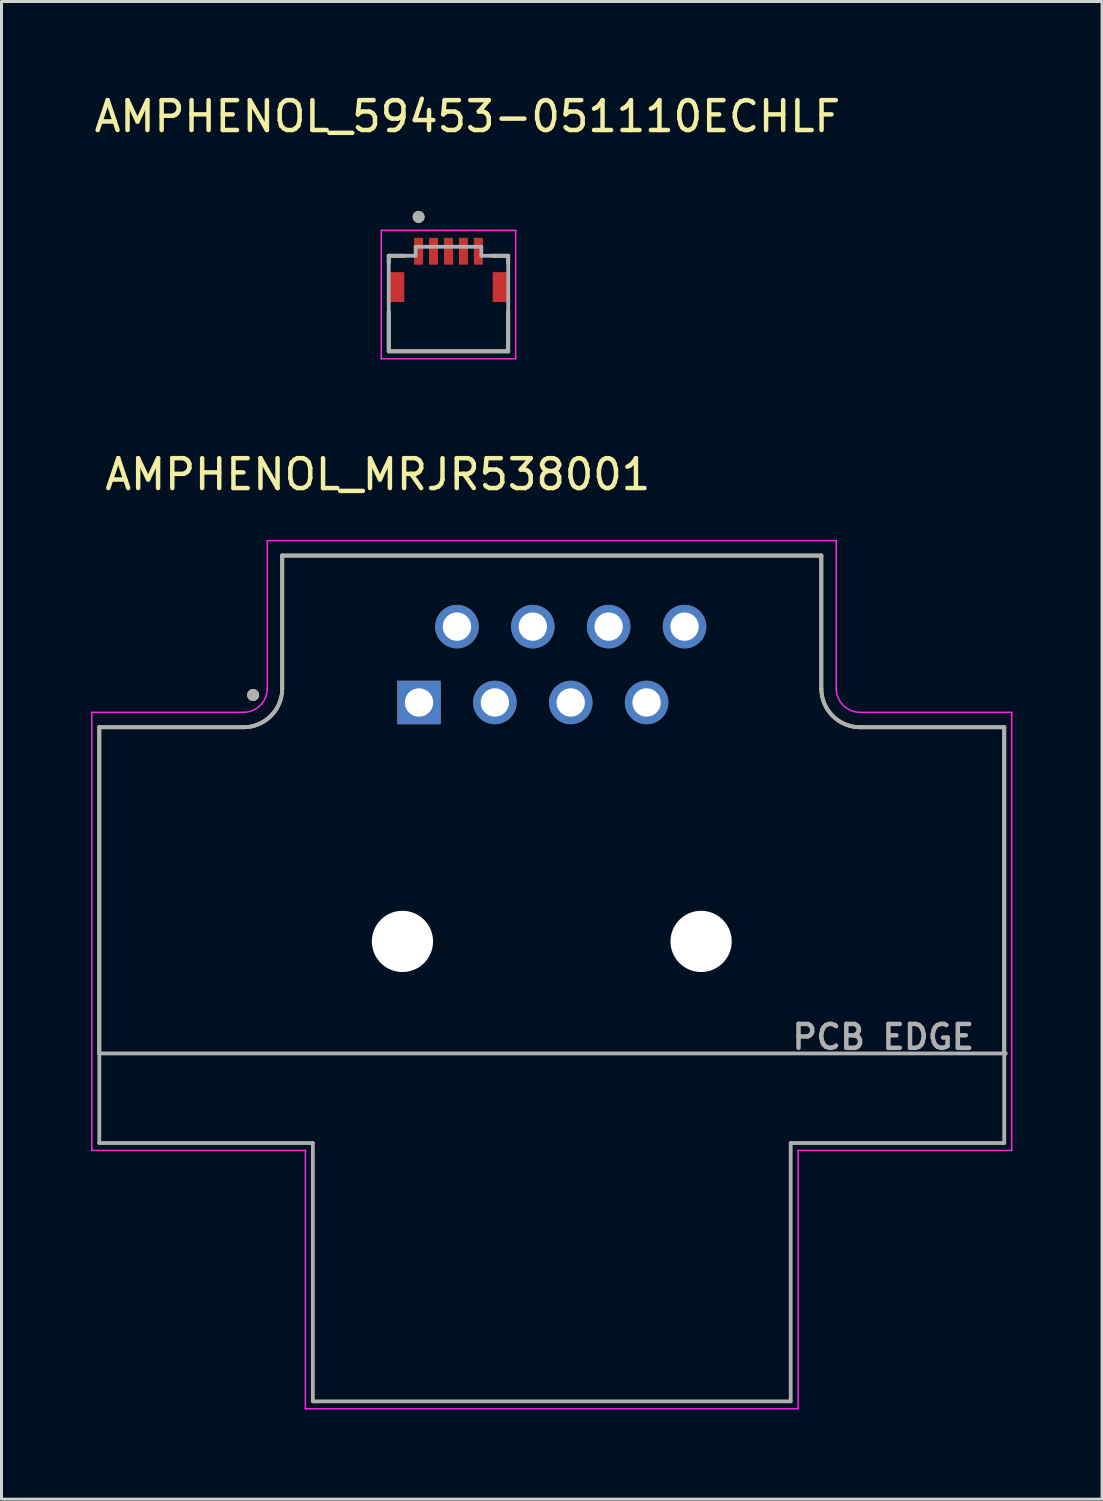
<source format=kicad_pcb>
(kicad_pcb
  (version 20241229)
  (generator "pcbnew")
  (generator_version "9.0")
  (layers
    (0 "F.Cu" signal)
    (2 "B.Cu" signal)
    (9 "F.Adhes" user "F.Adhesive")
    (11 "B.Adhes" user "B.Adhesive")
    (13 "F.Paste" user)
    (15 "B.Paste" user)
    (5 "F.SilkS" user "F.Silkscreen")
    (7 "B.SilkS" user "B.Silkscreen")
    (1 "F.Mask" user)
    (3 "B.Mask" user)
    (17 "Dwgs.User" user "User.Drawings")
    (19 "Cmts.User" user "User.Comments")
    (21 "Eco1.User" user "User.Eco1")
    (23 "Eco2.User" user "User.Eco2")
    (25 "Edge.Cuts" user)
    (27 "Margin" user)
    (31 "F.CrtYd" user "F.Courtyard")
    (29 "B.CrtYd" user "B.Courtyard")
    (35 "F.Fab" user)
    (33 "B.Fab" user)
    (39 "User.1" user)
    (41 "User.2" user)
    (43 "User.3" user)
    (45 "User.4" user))
  (footprint "AMPHENOL_MRJR538001"
    (layer "F.Cu")
    (at 15.425 28.471)
    (property "Reference" "AMPHENOL_MRJR538001" (at -5.825 -15.635 0) (layer "F.SilkS") (effects (font (size 1 1) (thickness 0.15))))
    (attr through_hole)
    (fp_line (start -15.15 -7.17) (end -15.15 3.75) (stroke (width 0.127) (type solid)) (layer "F.SilkS"))
    (fp_line (start -10.325 -7.17) (end -15.15 -7.17) (stroke (width 0.127) (type solid)) (layer "F.SilkS"))
    (fp_line (start -9.025 -12.92) (end -9.025 -8.47) (stroke (width 0.127) (type solid)) (layer "F.SilkS"))
    (fp_line (start -9.025 -12.92) (end 9.025 -12.92) (stroke (width 0.127) (type solid)) (layer "F.SilkS"))
    (fp_line (start 9.025 -12.92) (end 9.025 -8.47) (stroke (width 0.127) (type solid)) (layer "F.SilkS"))
    (fp_line (start 10.325 -7.17) (end 15.15 -7.17) (stroke (width 0.127) (type solid)) (layer "F.SilkS"))
    (fp_line (start 15.15 3.75) (end 15.15 -7.17) (stroke (width 0.127) (type solid)) (layer "F.SilkS"))
    (fp_arc (start -9.025 -8.47) (mid -9.405761 -7.550761) (end -10.325 -7.17) (stroke (width 0.127) (type solid)) (layer "F.SilkS"))
    (fp_arc (start 10.325 -7.17) (mid 9.405761 -7.550761) (end 9.025 -8.47) (stroke (width 0.127) (type solid)) (layer "F.SilkS"))
    (fp_circle (center -10 -8.25) (end -9.9 -8.25) (stroke (width 0.2) (type solid)) (fill no) (layer "F.SilkS"))
    (fp_line (start -15.4 -7.67) (end -15.4 7) (stroke (width 0.05) (type solid)) (layer "F.CrtYd"))
    (fp_line (start -15.4 7) (end -8.25 7) (stroke (width 0.05) (type solid)) (layer "F.CrtYd"))
    (fp_line (start -10.325 -7.67) (end -15.4 -7.67) (stroke (width 0.05) (type solid)) (layer "F.CrtYd"))
    (fp_line (start -9.525 -13.42) (end -9.525 -8.47) (stroke (width 0.05) (type solid)) (layer "F.CrtYd"))
    (fp_line (start -8.25 7) (end -8.25 15.65) (stroke (width 0.05) (type solid)) (layer "F.CrtYd"))
    (fp_line (start -8.25 15.65) (end 8.25 15.65) (stroke (width 0.05) (type solid)) (layer "F.CrtYd"))
    (fp_line (start 8.25 7) (end 15.4 7) (stroke (width 0.05) (type solid)) (layer "F.CrtYd"))
    (fp_line (start 8.25 15.65) (end 8.25 7) (stroke (width 0.05) (type solid)) (layer "F.CrtYd"))
    (fp_line (start 9.525 -13.42) (end -9.525 -13.42) (stroke (width 0.05) (type solid)) (layer "F.CrtYd"))
    (fp_line (start 9.525 -8.47) (end 9.525 -13.42) (stroke (width 0.05) (type solid)) (layer "F.CrtYd"))
    (fp_line (start 15.4 -7.67) (end 10.325 -7.67) (stroke (width 0.05) (type solid)) (layer "F.CrtYd"))
    (fp_line (start 15.4 7) (end 15.4 -7.67) (stroke (width 0.05) (type solid)) (layer "F.CrtYd"))
    (fp_arc (start -9.525 -8.47) (mid -9.759315 -7.904315) (end -10.325 -7.67) (stroke (width 0.05) (type solid)) (layer "F.CrtYd"))
    (fp_arc (start 10.325 -7.67) (mid 9.759315 -7.904315) (end 9.525 -8.47) (stroke (width 0.05) (type solid)) (layer "F.CrtYd"))
    (fp_line (start -15.15 -7.17) (end -15.15 3.75) (stroke (width 0.127) (type solid)) (layer "F.Fab"))
    (fp_line (start -15.15 3.75) (end -15.15 6.75) (stroke (width 0.127) (type solid)) (layer "F.Fab"))
    (fp_line (start -15.15 3.75) (end 15.2 3.75) (stroke (width 0.127) (type solid)) (layer "F.Fab"))
    (fp_line (start -15.15 6.75) (end -8 6.75) (stroke (width 0.127) (type solid)) (layer "F.Fab"))
    (fp_line (start -10.325 -7.17) (end -15.15 -7.17) (stroke (width 0.127) (type solid)) (layer "F.Fab"))
    (fp_line (start -9.025 -12.92) (end -9.025 -8.47) (stroke (width 0.127) (type solid)) (layer "F.Fab"))
    (fp_line (start -8 6.75) (end -8 15.4) (stroke (width 0.127) (type solid)) (layer "F.Fab"))
    (fp_line (start -8 15.4) (end 8 15.4) (stroke (width 0.127) (type solid)) (layer "F.Fab"))
    (fp_line (start 8 6.75) (end 15.15 6.75) (stroke (width 0.127) (type solid)) (layer "F.Fab"))
    (fp_line (start 8 15.4) (end 8 6.75) (stroke (width 0.127) (type solid)) (layer "F.Fab"))
    (fp_line (start 9.025 -12.92) (end -9.025 -12.92) (stroke (width 0.127) (type solid)) (layer "F.Fab"))
    (fp_line (start 9.025 -8.47) (end 9.025 -12.92) (stroke (width 0.127) (type solid)) (layer "F.Fab"))
    (fp_line (start 15.15 -7.17) (end 10.325 -7.17) (stroke (width 0.127) (type solid)) (layer "F.Fab"))
    (fp_line (start 15.15 6.75) (end 15.15 -7.17) (stroke (width 0.127) (type solid)) (layer "F.Fab"))
    (fp_arc (start -9.025 -8.47) (mid -9.405761 -7.550761) (end -10.325 -7.17) (stroke (width 0.127) (type solid)) (layer "F.Fab"))
    (fp_arc (start 10.325 -7.17) (mid 9.405761 -7.550761) (end 9.025 -8.47) (stroke (width 0.127) (type solid)) (layer "F.Fab"))
    (fp_circle (center -10 -8.25) (end -9.9 -8.25) (stroke (width 0.2) (type solid)) (fill no) (layer "F.Fab"))
    (fp_text user "PCB EDGE" (at 11.1 3.2 0) (layer "F.Fab") (effects (font (size 0.8 0.8) (thickness 0.15))))
    (pad "" np_thru_hole circle (at -5 0) (size 2.05 2.05) (drill 2.05) (layers "*.Cu" "*.Mask"))
    (pad "" np_thru_hole circle (at 5 0) (size 2.05 2.05) (drill 2.05) (layers "*.Cu" "*.Mask"))
    (pad "1" thru_hole rect (at -4.445 -8) (size 1.458 1.458) (drill 0.95) (layers "*.Cu" "*.Mask"))
    (pad "2" thru_hole circle (at -3.175 -10.54) (size 1.458 1.458) (drill 0.95) (layers "*.Cu" "*.Mask"))
    (pad "3" thru_hole circle (at -1.905 -8) (size 1.458 1.458) (drill 0.95) (layers "*.Cu" "*.Mask"))
    (pad "4" thru_hole circle (at -0.635 -10.54) (size 1.458 1.458) (drill 0.95) (layers "*.Cu" "*.Mask"))
    (pad "5" thru_hole circle (at 0.635 -8) (size 1.458 1.458) (drill 0.95) (layers "*.Cu" "*.Mask"))
    (pad "6" thru_hole circle (at 1.905 -10.54) (size 1.458 1.458) (drill 0.95) (layers "*.Cu" "*.Mask"))
    (pad "7" thru_hole circle (at 3.175 -8) (size 1.458 1.458) (drill 0.95) (layers "*.Cu" "*.Mask"))
    (pad "8" thru_hole circle (at 4.445 -10.54) (size 1.458 1.458) (drill 0.95) (layers "*.Cu" "*.Mask")))
  (footprint "AMPHENOL_59453-051110ECHLF"
    (layer "F.Cu")
    (at 11.966 6.563)
    (property "Reference" "AMPHENOL_59453-051110ECHLF" (at 0.635 -5.715 0) (layer "F.SilkS") (effects (font (size 1 1) (thickness 0.15))))
    (attr smd)
    (fp_line (start -2 -1.05) (end -1.47 -1.05) (stroke (width 0.127) (type solid)) (layer "F.SilkS"))
    (fp_line (start -2 -0.82) (end -2 -1.05) (stroke (width 0.127) (type solid)) (layer "F.SilkS"))
    (fp_line (start -2 2.15) (end -2 0.82) (stroke (width 0.127) (type solid)) (layer "F.SilkS"))
    (fp_line (start 1.47 -1.05) (end 2 -1.05) (stroke (width 0.127) (type solid)) (layer "F.SilkS"))
    (fp_line (start 2 -1.05) (end 2 -0.82) (stroke (width 0.127) (type solid)) (layer "F.SilkS"))
    (fp_line (start 2 2.15) (end -2 2.15) (stroke (width 0.127) (type solid)) (layer "F.SilkS"))
    (fp_line (start 2 2.15) (end 2 0.82) (stroke (width 0.127) (type solid)) (layer "F.SilkS"))
    (fp_circle (center -1 -2.35) (end -0.9 -2.35) (stroke (width 0.2) (type solid)) (fill no) (layer "F.SilkS"))
    (fp_line (start -2.25 -1.9) (end -2.25 2.4) (stroke (width 0.05) (type solid)) (layer "F.CrtYd"))
    (fp_line (start -2.25 2.4) (end 2.25 2.4) (stroke (width 0.05) (type solid)) (layer "F.CrtYd"))
    (fp_line (start 2.25 -1.9) (end -2.25 -1.9) (stroke (width 0.05) (type solid)) (layer "F.CrtYd"))
    (fp_line (start 2.25 2.4) (end 2.25 -1.9) (stroke (width 0.05) (type solid)) (layer "F.CrtYd"))
    (fp_line (start -2 -1.05) (end -1.1 -1.05) (stroke (width 0.127) (type solid)) (layer "F.Fab"))
    (fp_line (start -2 2.15) (end -2 -1.05) (stroke (width 0.127) (type solid)) (layer "F.Fab"))
    (fp_line (start -1.1 -1.35) (end 1.1 -1.35) (stroke (width 0.127) (type solid)) (layer "F.Fab"))
    (fp_line (start -1.1 -1.05) (end -1.1 -1.35) (stroke (width 0.127) (type solid)) (layer "F.Fab"))
    (fp_line (start 1.1 -1.35) (end 1.1 -1.05) (stroke (width 0.127) (type solid)) (layer "F.Fab"))
    (fp_line (start 1.1 -1.05) (end 2 -1.05) (stroke (width 0.127) (type solid)) (layer "F.Fab"))
    (fp_line (start 2 -1.05) (end 2 2.15) (stroke (width 0.127) (type solid)) (layer "F.Fab"))
    (fp_line (start 2 2.15) (end -2 2.15) (stroke (width 0.127) (type solid)) (layer "F.Fab"))
    (fp_circle (center -1 -2.35) (end -0.9 -2.35) (stroke (width 0.2) (type solid)) (fill no) (layer "F.Fab"))
    (pad "1" smd rect (at -1 -1.2) (size 0.3 0.9) (layers "F.Cu" "F.Mask" "F.Paste"))
    (pad "2" smd rect (at -0.5 -1.2) (size 0.3 0.9) (layers "F.Cu" "F.Mask" "F.Paste"))
    (pad "3" smd rect (at 0 -1.2) (size 0.3 0.9) (layers "F.Cu" "F.Mask" "F.Paste"))
    (pad "4" smd rect (at 0.5 -1.2) (size 0.3 0.9) (layers "F.Cu" "F.Mask" "F.Paste"))
    (pad "5" smd rect (at 1 -1.2) (size 0.3 0.9) (layers "F.Cu" "F.Mask" "F.Paste"))
    (pad "S1" smd rect (at -1.74 0) (size 0.52 1) (layers "F.Cu" "F.Mask" "F.Paste"))
    (pad "S2" smd rect (at 1.74 0) (size 0.52 1) (layers "F.Cu" "F.Mask" "F.Paste")))
  (gr_rect
    (start -3 -3)
    (end 33.85 47.147)
    (stroke (width 0.1) (type default))
    (fill no)
    (layer "Edge.Cuts")))
</source>
